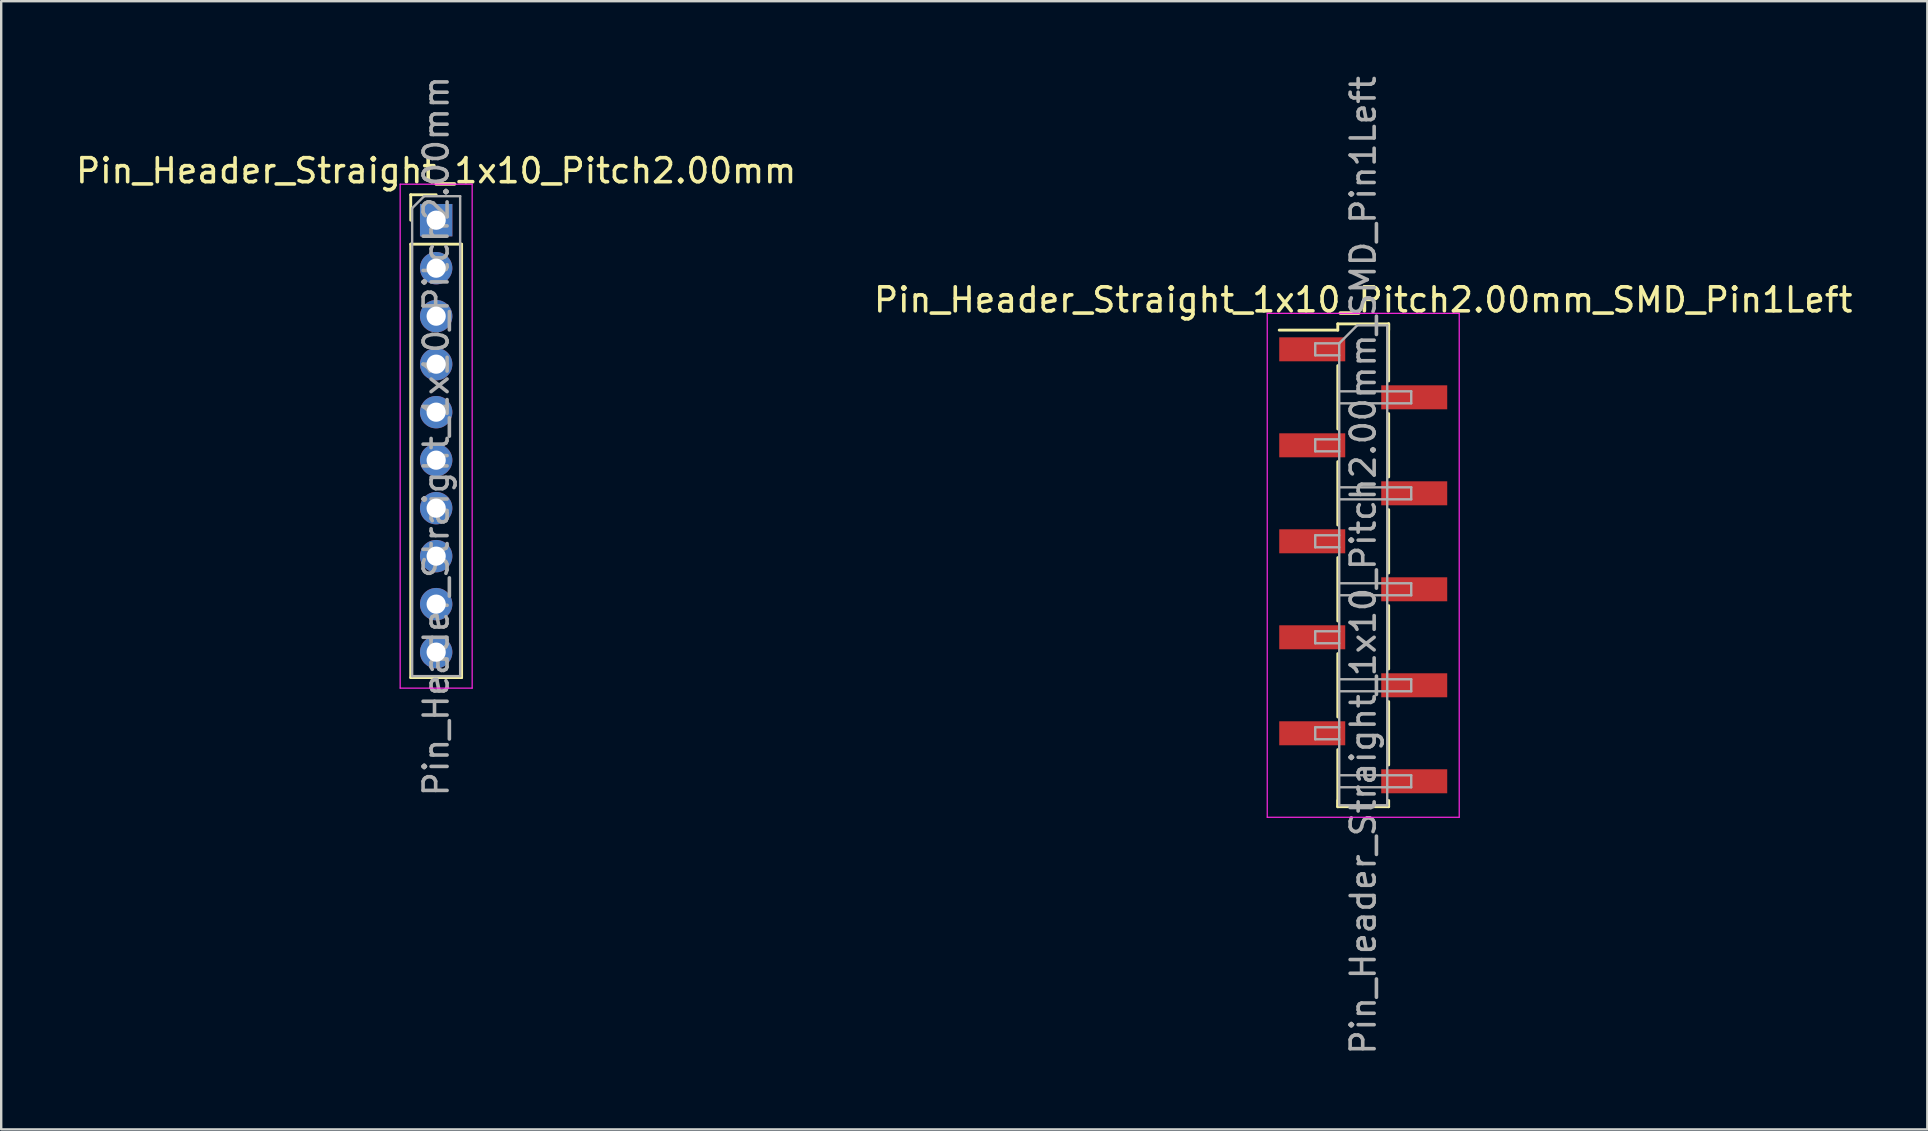
<source format=kicad_pcb>
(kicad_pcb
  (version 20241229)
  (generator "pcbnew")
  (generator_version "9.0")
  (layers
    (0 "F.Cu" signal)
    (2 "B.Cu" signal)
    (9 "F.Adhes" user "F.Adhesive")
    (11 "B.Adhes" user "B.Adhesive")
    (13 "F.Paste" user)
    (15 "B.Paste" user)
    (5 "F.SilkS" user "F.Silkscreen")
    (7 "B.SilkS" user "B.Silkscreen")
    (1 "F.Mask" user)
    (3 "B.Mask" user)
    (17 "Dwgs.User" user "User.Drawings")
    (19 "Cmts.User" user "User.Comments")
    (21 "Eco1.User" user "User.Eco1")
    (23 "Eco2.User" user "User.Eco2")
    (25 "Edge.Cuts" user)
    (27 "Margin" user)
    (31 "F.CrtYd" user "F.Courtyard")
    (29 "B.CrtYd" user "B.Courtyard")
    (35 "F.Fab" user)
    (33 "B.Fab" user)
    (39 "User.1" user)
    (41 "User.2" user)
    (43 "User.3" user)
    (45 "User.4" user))
  (footprint "Pin_Header_Straight_1x10_Pitch2.00mm_SMD_Pin1Left"
    (layer "F.Cu")
    (at 53.756 20.506)
    (property "Reference" "Pin_Header_Straight_1x10_Pitch2.00mm_SMD_Pin1Left" (at 0 -11.06 0) (layer "F.SilkS") (effects (font (size 1 1) (thickness 0.15))))
    (attr smd)
    (fp_line (start -1.06 -10.06) (end 1.06 -10.06) (stroke (width 0.12) (type solid)) (layer "F.SilkS"))
    (fp_line (start -1.06 -9.8) (end -3.5 -9.8) (stroke (width 0.12) (type solid)) (layer "F.SilkS"))
    (fp_line (start -1.06 -9.8) (end -1.06 -10.06) (stroke (width 0.12) (type solid)) (layer "F.SilkS"))
    (fp_line (start -1.06 -8.32) (end -1.06 -5.68) (stroke (width 0.12) (type solid)) (layer "F.SilkS"))
    (fp_line (start -1.06 -4.32) (end -1.06 -1.68) (stroke (width 0.12) (type solid)) (layer "F.SilkS"))
    (fp_line (start -1.06 -0.32) (end -1.06 2.32) (stroke (width 0.12) (type solid)) (layer "F.SilkS"))
    (fp_line (start -1.06 3.68) (end -1.06 6.32) (stroke (width 0.12) (type solid)) (layer "F.SilkS"))
    (fp_line (start -1.06 7.68) (end -1.06 10.06) (stroke (width 0.12) (type solid)) (layer "F.SilkS"))
    (fp_line (start -1.06 9.8) (end -1.06 10.06) (stroke (width 0.12) (type solid)) (layer "F.SilkS"))
    (fp_line (start -1.06 10.06) (end 1.06 10.06) (stroke (width 0.12) (type solid)) (layer "F.SilkS"))
    (fp_line (start 1.06 -10.06) (end 1.06 -9.8) (stroke (width 0.12) (type solid)) (layer "F.SilkS"))
    (fp_line (start 1.06 -10.06) (end 1.06 -7.68) (stroke (width 0.12) (type solid)) (layer "F.SilkS"))
    (fp_line (start 1.06 -6.32) (end 1.06 -3.68) (stroke (width 0.12) (type solid)) (layer "F.SilkS"))
    (fp_line (start 1.06 -2.32) (end 1.06 0.32) (stroke (width 0.12) (type solid)) (layer "F.SilkS"))
    (fp_line (start 1.06 1.68) (end 1.06 4.32) (stroke (width 0.12) (type solid)) (layer "F.SilkS"))
    (fp_line (start 1.06 5.68) (end 1.06 8.32) (stroke (width 0.12) (type solid)) (layer "F.SilkS"))
    (fp_line (start 1.06 10.06) (end 1.06 9.8) (stroke (width 0.12) (type solid)) (layer "F.SilkS"))
    (fp_line (start -4 -10.5) (end -4 10.5) (stroke (width 0.05) (type solid)) (layer "F.CrtYd"))
    (fp_line (start -4 10.5) (end 4 10.5) (stroke (width 0.05) (type solid)) (layer "F.CrtYd"))
    (fp_line (start 4 -10.5) (end -4 -10.5) (stroke (width 0.05) (type solid)) (layer "F.CrtYd"))
    (fp_line (start 4 10.5) (end 4 -10.5) (stroke (width 0.05) (type solid)) (layer "F.CrtYd"))
    (fp_line (start -2 -9.25) (end -2 -8.75) (stroke (width 0.1) (type solid)) (layer "F.Fab"))
    (fp_line (start -2 -8.75) (end -1 -8.75) (stroke (width 0.1) (type solid)) (layer "F.Fab"))
    (fp_line (start -2 -5.25) (end -2 -4.75) (stroke (width 0.1) (type solid)) (layer "F.Fab"))
    (fp_line (start -2 -4.75) (end -1 -4.75) (stroke (width 0.1) (type solid)) (layer "F.Fab"))
    (fp_line (start -2 -1.25) (end -2 -0.75) (stroke (width 0.1) (type solid)) (layer "F.Fab"))
    (fp_line (start -2 -0.75) (end -1 -0.75) (stroke (width 0.1) (type solid)) (layer "F.Fab"))
    (fp_line (start -2 2.75) (end -2 3.25) (stroke (width 0.1) (type solid)) (layer "F.Fab"))
    (fp_line (start -2 3.25) (end -1 3.25) (stroke (width 0.1) (type solid)) (layer "F.Fab"))
    (fp_line (start -2 6.75) (end -2 7.25) (stroke (width 0.1) (type solid)) (layer "F.Fab"))
    (fp_line (start -2 7.25) (end -1 7.25) (stroke (width 0.1) (type solid)) (layer "F.Fab"))
    (fp_line (start -1 -9.25) (end -2 -9.25) (stroke (width 0.1) (type solid)) (layer "F.Fab"))
    (fp_line (start -1 -9.25) (end -0.25 -10) (stroke (width 0.1) (type solid)) (layer "F.Fab"))
    (fp_line (start -1 -7.25) (end 2 -7.25) (stroke (width 0.1) (type solid)) (layer "F.Fab"))
    (fp_line (start -1 -5.25) (end -2 -5.25) (stroke (width 0.1) (type solid)) (layer "F.Fab"))
    (fp_line (start -1 -3.25) (end 2 -3.25) (stroke (width 0.1) (type solid)) (layer "F.Fab"))
    (fp_line (start -1 -1.25) (end -2 -1.25) (stroke (width 0.1) (type solid)) (layer "F.Fab"))
    (fp_line (start -1 0.75) (end 2 0.75) (stroke (width 0.1) (type solid)) (layer "F.Fab"))
    (fp_line (start -1 2.75) (end -2 2.75) (stroke (width 0.1) (type solid)) (layer "F.Fab"))
    (fp_line (start -1 4.75) (end 2 4.75) (stroke (width 0.1) (type solid)) (layer "F.Fab"))
    (fp_line (start -1 6.75) (end -2 6.75) (stroke (width 0.1) (type solid)) (layer "F.Fab"))
    (fp_line (start -1 8.75) (end 2 8.75) (stroke (width 0.1) (type solid)) (layer "F.Fab"))
    (fp_line (start -1 10) (end -1 -9.25) (stroke (width 0.1) (type solid)) (layer "F.Fab"))
    (fp_line (start -0.25 -10) (end 1 -10) (stroke (width 0.1) (type solid)) (layer "F.Fab"))
    (fp_line (start 1 -10) (end 1 10) (stroke (width 0.1) (type solid)) (layer "F.Fab"))
    (fp_line (start 1 10) (end -1 10) (stroke (width 0.1) (type solid)) (layer "F.Fab"))
    (fp_line (start 2 -7.25) (end 2 -6.75) (stroke (width 0.1) (type solid)) (layer "F.Fab"))
    (fp_line (start 2 -6.75) (end -1 -6.75) (stroke (width 0.1) (type solid)) (layer "F.Fab"))
    (fp_line (start 2 -3.25) (end 2 -2.75) (stroke (width 0.1) (type solid)) (layer "F.Fab"))
    (fp_line (start 2 -2.75) (end -1 -2.75) (stroke (width 0.1) (type solid)) (layer "F.Fab"))
    (fp_line (start 2 0.75) (end 2 1.25) (stroke (width 0.1) (type solid)) (layer "F.Fab"))
    (fp_line (start 2 1.25) (end -1 1.25) (stroke (width 0.1) (type solid)) (layer "F.Fab"))
    (fp_line (start 2 4.75) (end 2 5.25) (stroke (width 0.1) (type solid)) (layer "F.Fab"))
    (fp_line (start 2 5.25) (end -1 5.25) (stroke (width 0.1) (type solid)) (layer "F.Fab"))
    (fp_line (start 2 8.75) (end 2 9.25) (stroke (width 0.1) (type solid)) (layer "F.Fab"))
    (fp_line (start 2 9.25) (end -1 9.25) (stroke (width 0.1) (type solid)) (layer "F.Fab"))
    (fp_text user "${REFERENCE}" (at 0 0 90) (layer "F.Fab") (effects (font (size 1 1) (thickness 0.15))))
    (pad "1" smd rect (at -2.125 -9) (size 2.75 1) (layers "F.Cu" "F.Mask" "F.Paste"))
    (pad "2" smd rect (at 2.125 -7) (size 2.75 1) (layers "F.Cu" "F.Mask" "F.Paste"))
    (pad "3" smd rect (at -2.125 -5) (size 2.75 1) (layers "F.Cu" "F.Mask" "F.Paste"))
    (pad "4" smd rect (at 2.125 -3) (size 2.75 1) (layers "F.Cu" "F.Mask" "F.Paste"))
    (pad "5" smd rect (at -2.125 -1) (size 2.75 1) (layers "F.Cu" "F.Mask" "F.Paste"))
    (pad "6" smd rect (at 2.125 1) (size 2.75 1) (layers "F.Cu" "F.Mask" "F.Paste"))
    (pad "7" smd rect (at -2.125 3) (size 2.75 1) (layers "F.Cu" "F.Mask" "F.Paste"))
    (pad "8" smd rect (at 2.125 5) (size 2.75 1) (layers "F.Cu" "F.Mask" "F.Paste"))
    (pad "9" smd rect (at -2.125 7) (size 2.75 1) (layers "F.Cu" "F.Mask" "F.Paste"))
    (pad "10" smd rect (at 2.125 9) (size 2.75 1) (layers "F.Cu" "F.Mask" "F.Paste")))
  (footprint "Pin_Header_Straight_1x10_Pitch2.00mm"
    (layer "F.Cu")
    (at 15.125 6.125)
    (property "Reference" "Pin_Header_Straight_1x10_Pitch2.00mm" (at 0 -2.06 0) (layer "F.SilkS") (effects (font (size 1 1) (thickness 0.15))))
    (attr through_hole)
    (fp_line (start -1.06 -1.06) (end 0 -1.06) (stroke (width 0.12) (type solid)) (layer "F.SilkS"))
    (fp_line (start -1.06 0) (end -1.06 -1.06) (stroke (width 0.12) (type solid)) (layer "F.SilkS"))
    (fp_line (start -1.06 1) (end -1.06 19.06) (stroke (width 0.12) (type solid)) (layer "F.SilkS"))
    (fp_line (start -1.06 19.06) (end 1.06 19.06) (stroke (width 0.12) (type solid)) (layer "F.SilkS"))
    (fp_line (start 1.06 1) (end -1.06 1) (stroke (width 0.12) (type solid)) (layer "F.SilkS"))
    (fp_line (start 1.06 19.06) (end 1.06 1) (stroke (width 0.12) (type solid)) (layer "F.SilkS"))
    (fp_line (start -1.5 -1.5) (end -1.5 19.5) (stroke (width 0.05) (type solid)) (layer "F.CrtYd"))
    (fp_line (start -1.5 19.5) (end 1.5 19.5) (stroke (width 0.05) (type solid)) (layer "F.CrtYd"))
    (fp_line (start 1.5 -1.5) (end -1.5 -1.5) (stroke (width 0.05) (type solid)) (layer "F.CrtYd"))
    (fp_line (start 1.5 19.5) (end 1.5 -1.5) (stroke (width 0.05) (type solid)) (layer "F.CrtYd"))
    (fp_line (start -1 -0.5) (end -0.5 -1) (stroke (width 0.1) (type solid)) (layer "F.Fab"))
    (fp_line (start -1 19) (end -1 -0.5) (stroke (width 0.1) (type solid)) (layer "F.Fab"))
    (fp_line (start -0.5 -1) (end 1 -1) (stroke (width 0.1) (type solid)) (layer "F.Fab"))
    (fp_line (start 1 -1) (end 1 19) (stroke (width 0.1) (type solid)) (layer "F.Fab"))
    (fp_line (start 1 19) (end -1 19) (stroke (width 0.1) (type solid)) (layer "F.Fab"))
    (fp_text user "${REFERENCE}" (at 0 9 90) (layer "F.Fab") (effects (font (size 1 1) (thickness 0.15))))
    (pad "1" thru_hole rect (at 0 0) (size 1.35 1.35) (drill 0.8) (layers "*.Cu" "*.Mask"))
    (pad "2" thru_hole oval (at 0 2) (size 1.35 1.35) (drill 0.8) (layers "*.Cu" "*.Mask"))
    (pad "3" thru_hole oval (at 0 4) (size 1.35 1.35) (drill 0.8) (layers "*.Cu" "*.Mask"))
    (pad "4" thru_hole oval (at 0 6) (size 1.35 1.35) (drill 0.8) (layers "*.Cu" "*.Mask"))
    (pad "5" thru_hole oval (at 0 8) (size 1.35 1.35) (drill 0.8) (layers "*.Cu" "*.Mask"))
    (pad "6" thru_hole oval (at 0 10) (size 1.35 1.35) (drill 0.8) (layers "*.Cu" "*.Mask"))
    (pad "7" thru_hole oval (at 0 12) (size 1.35 1.35) (drill 0.8) (layers "*.Cu" "*.Mask"))
    (pad "8" thru_hole oval (at 0 14) (size 1.35 1.35) (drill 0.8) (layers "*.Cu" "*.Mask"))
    (pad "9" thru_hole oval (at 0 16) (size 1.35 1.35) (drill 0.8) (layers "*.Cu" "*.Mask"))
    (pad "10" thru_hole oval (at 0 18) (size 1.35 1.35) (drill 0.8) (layers "*.Cu" "*.Mask")))
  (gr_rect
    (start -3 -3)
    (end 77.262 44.012)
    (stroke (width 0.1) (type default))
    (fill no)
    (layer "Edge.Cuts")))
</source>
